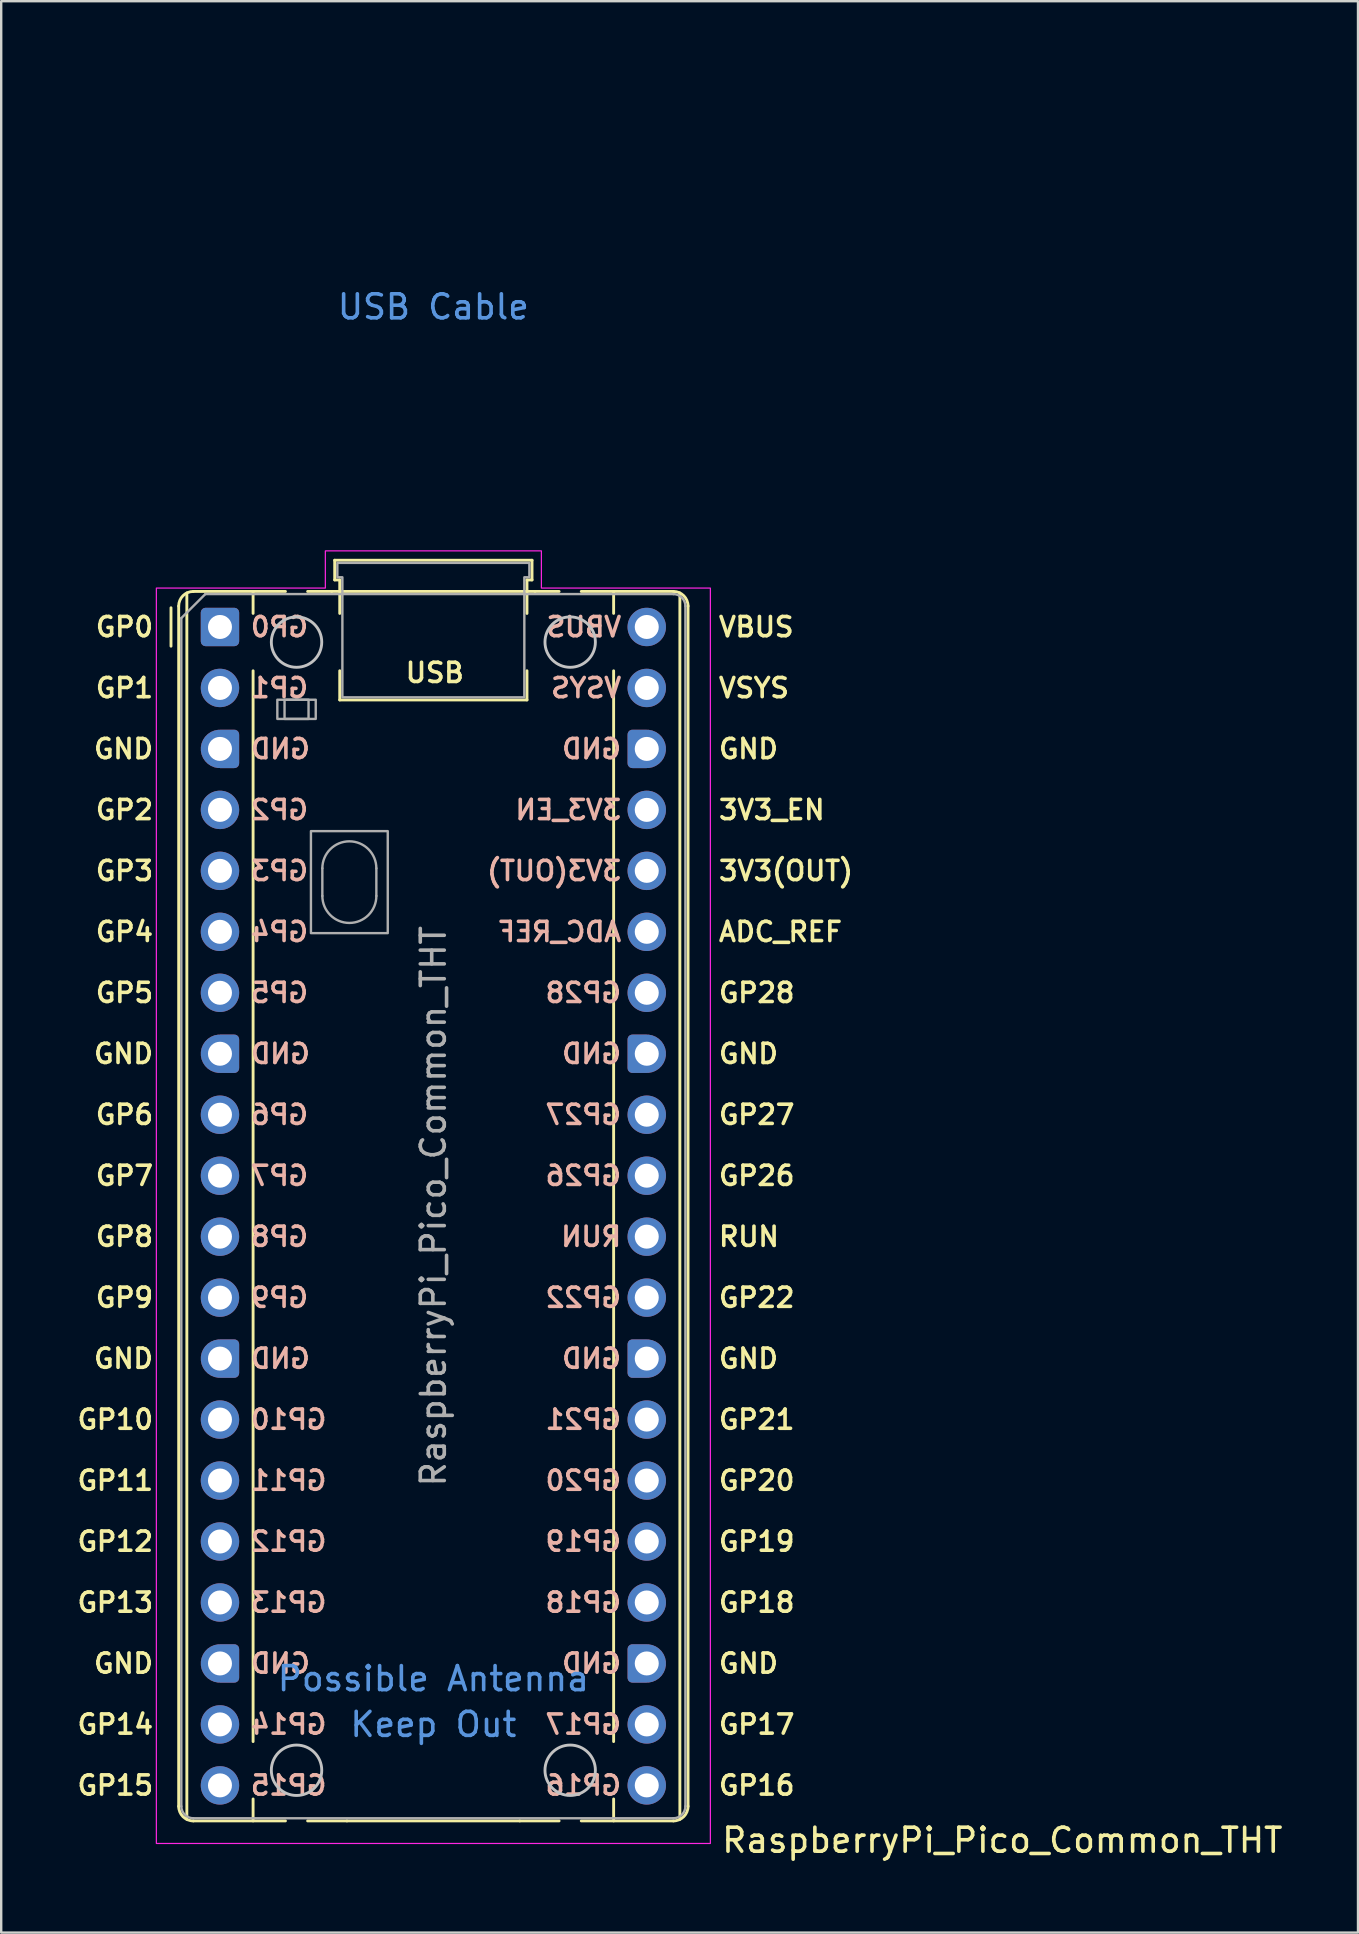
<source format=kicad_pcb>
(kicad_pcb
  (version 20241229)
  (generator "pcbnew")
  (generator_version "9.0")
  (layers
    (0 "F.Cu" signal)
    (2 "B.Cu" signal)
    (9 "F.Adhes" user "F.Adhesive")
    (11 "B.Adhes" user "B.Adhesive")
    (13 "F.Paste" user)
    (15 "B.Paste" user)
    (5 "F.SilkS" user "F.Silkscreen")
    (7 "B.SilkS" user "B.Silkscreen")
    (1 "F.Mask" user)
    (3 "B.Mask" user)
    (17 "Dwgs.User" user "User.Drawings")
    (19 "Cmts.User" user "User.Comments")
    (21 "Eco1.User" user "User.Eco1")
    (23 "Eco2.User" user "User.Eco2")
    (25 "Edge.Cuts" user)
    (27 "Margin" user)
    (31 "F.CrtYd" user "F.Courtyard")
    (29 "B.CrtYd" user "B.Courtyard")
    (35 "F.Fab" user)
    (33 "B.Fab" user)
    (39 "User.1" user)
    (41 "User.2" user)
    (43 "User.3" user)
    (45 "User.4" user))
  (footprint "RaspberryPi_Pico_Common_THT"
    (layer "F.Cu")
    (at 6.114 23.07)
    (property "Reference" "RaspberryPi_Pico_Common_THT" (at 20.828 50.546 0) (unlocked yes) (layer "F.SilkS") (effects (font (size 1 1) (thickness 0.15)) (justify left)))
    (attr through_hole)
    (fp_line (start -2.04 0.8) (end -2.04 -0.8) (stroke (width 0.12) (type solid)) (layer "F.SilkS"))
    (fp_line (start -1.72 -0.87) (end -1.72 49.13) (stroke (width 0.12) (type solid)) (layer "F.SilkS"))
    (fp_line (start -1.38 -1.417) (end -1.38 49.677) (stroke (width 0.12) (type solid)) (layer "F.SilkS"))
    (fp_line (start -1.11 -1.48) (end 1.38 -1.48) (stroke (width 0.12) (type solid)) (layer "F.SilkS"))
    (fp_line (start -1.11 49.74) (end 2.728 49.74) (stroke (width 0.12) (type solid)) (layer "F.SilkS"))
    (fp_line (start 1.38 -1.48) (end 1.38 -0.566) (stroke (width 0.12) (type solid)) (layer "F.SilkS"))
    (fp_line (start 1.38 -1.48) (end 2.728 -1.48) (stroke (width 0.12) (type solid)) (layer "F.SilkS"))
    (fp_line (start 1.38 1.826) (end 1.38 46.434) (stroke (width 0.12) (type solid)) (layer "F.SilkS"))
    (fp_line (start 1.38 48.826) (end 1.38 49.74) (stroke (width 0.12) (type solid)) (layer "F.SilkS"))
    (fp_line (start 3.652 -1.48) (end 4.655 -1.48) (stroke (width 0.12) (type solid)) (layer "F.SilkS"))
    (fp_line (start 4.655 -1.48) (end 13.125 -1.48) (stroke (width 0.12) (type solid)) (layer "F.SilkS"))
    (fp_line (start 4.78 -2.78) (end 4.78 -1.96) (stroke (width 0.12) (type solid)) (layer "F.SilkS"))
    (fp_line (start 4.78 -2.78) (end 13 -2.78) (stroke (width 0.12) (type solid)) (layer "F.SilkS"))
    (fp_line (start 4.78 -1.96) (end 4.99 -1.96) (stroke (width 0.12) (type solid)) (layer "F.SilkS"))
    (fp_line (start 4.99 -1.96) (end 4.99 -0.564) (stroke (width 0.12) (type solid)) (layer "F.SilkS"))
    (fp_line (start 4.99 1.824) (end 4.99 3.04) (stroke (width 0.12) (type solid)) (layer "F.SilkS"))
    (fp_line (start 5.29 49.74) (end 3.652 49.74) (stroke (width 0.12) (type solid)) (layer "F.SilkS"))
    (fp_line (start 12.49 49.74) (end 5.29 49.74) (stroke (width 0.12) (type solid)) (layer "F.SilkS"))
    (fp_line (start 12.79 -1.96) (end 12.79 -0.564) (stroke (width 0.12) (type solid)) (layer "F.SilkS"))
    (fp_line (start 12.79 1.824) (end 12.79 3.04) (stroke (width 0.12) (type solid)) (layer "F.SilkS"))
    (fp_line (start 12.79 3.04) (end 4.99 3.04) (stroke (width 0.12) (type solid)) (layer "F.SilkS"))
    (fp_line (start 13 -2.78) (end 13 -1.96) (stroke (width 0.12) (type solid)) (layer "F.SilkS"))
    (fp_line (start 13 -1.96) (end 12.79 -1.96) (stroke (width 0.12) (type solid)) (layer "F.SilkS"))
    (fp_line (start 13.125 -1.48) (end 14.128 -1.48) (stroke (width 0.12) (type solid)) (layer "F.SilkS"))
    (fp_line (start 14.128 49.74) (end 12.49 49.74) (stroke (width 0.12) (type solid)) (layer "F.SilkS"))
    (fp_line (start 15.052 -1.48) (end 16.4 -1.48) (stroke (width 0.12) (type solid)) (layer "F.SilkS"))
    (fp_line (start 15.052 49.74) (end 18.89 49.74) (stroke (width 0.12) (type solid)) (layer "F.SilkS"))
    (fp_line (start 16.4 -1.48) (end 16.4 -0.566) (stroke (width 0.12) (type solid)) (layer "F.SilkS"))
    (fp_line (start 16.4 1.826) (end 16.4 46.434) (stroke (width 0.12) (type solid)) (layer "F.SilkS"))
    (fp_line (start 16.4 48.826) (end 16.4 49.74) (stroke (width 0.12) (type solid)) (layer "F.SilkS"))
    (fp_line (start 18.89 -1.48) (end 16.4 -1.48) (stroke (width 0.12) (type solid)) (layer "F.SilkS"))
    (fp_line (start 19.16 49.677) (end 19.16 -1.417) (stroke (width 0.12) (type solid)) (layer "F.SilkS"))
    (fp_line (start 19.5 -0.87) (end 19.5 49.13) (stroke (width 0.12) (type solid)) (layer "F.SilkS"))
    (fp_arc (start -1.72 -0.87) (mid -1.541335 -1.301335) (end -1.11 -1.48) (stroke (width 0.12) (type solid)) (layer "F.SilkS"))
    (fp_arc (start -1.11 49.74) (mid -1.541364 49.561364) (end -1.72 49.13) (stroke (width 0.12) (type solid)) (layer "F.SilkS"))
    (fp_arc (start 18.89 -1.48) (mid 19.321335 -1.301335) (end 19.5 -0.87) (stroke (width 0.12) (type solid)) (layer "F.SilkS"))
    (fp_arc (start 19.5 49.13) (mid 19.321335 49.561335) (end 18.89 49.74) (stroke (width 0.12) (type solid)) (layer "F.SilkS"))
    (fp_circle (center 3.19 0.63) (end 4.24 0.63) (stroke (width 0.12) (type solid)) (fill no) (layer "Dwgs.User"))
    (fp_circle (center 3.19 47.63) (end 4.24 47.63) (stroke (width 0.12) (type solid)) (fill no) (layer "Dwgs.User"))
    (fp_circle (center 14.59 0.63) (end 15.64 0.63) (stroke (width 0.12) (type solid)) (fill no) (layer "Dwgs.User"))
    (fp_circle (center 14.59 47.63) (end 15.64 47.63) (stroke (width 0.12) (type solid)) (fill no) (layer "Dwgs.User"))
    (fp_poly (pts (xy 4.39 -3.17) (xy 13.39 -3.17) (xy 13.39 -1.62) (xy 20.43 -1.62) (xy 20.43 50.68) (xy -2.65 50.68) (xy -2.65 -1.62) (xy 4.39 -1.62)) (stroke (width 0.05) (type solid)) (fill no) (layer "F.CrtYd"))
    (fp_line (start -1.61 -0.37) (end -0.61 -1.37) (stroke (width 0.1) (type solid)) (layer "F.Fab"))
    (fp_line (start -1.61 49.13) (end -1.61 -0.37) (stroke (width 0.1) (type solid)) (layer "F.Fab"))
    (fp_line (start -0.61 -1.37) (end 18.89 -1.37) (stroke (width 0.1) (type solid)) (layer "F.Fab"))
    (fp_line (start 4.265 10.055) (end 4.265 11.205) (stroke (width 0.1) (type solid)) (layer "F.Fab"))
    (fp_line (start 6.515 10.055) (end 6.515 11.205) (stroke (width 0.1) (type solid)) (layer "F.Fab"))
    (fp_line (start 18.89 49.63) (end -1.11 49.63) (stroke (width 0.1) (type solid)) (layer "F.Fab"))
    (fp_line (start 19.39 -0.87) (end 19.39 49.13) (stroke (width 0.1) (type solid)) (layer "F.Fab"))
    (fp_rect (start 2.39 3.03) (end 3.99 3.83) (stroke (width 0.1) (type solid)) (fill no) (layer "F.Fab"))
    (fp_rect (start 2.69 3.03) (end 3.69 3.83) (stroke (width 0.1) (type solid)) (fill no) (layer "F.Fab"))
    (fp_rect (start 3.79 8.505) (end 6.99 12.755) (stroke (width 0.1) (type solid)) (fill no) (layer "F.Fab"))
    (fp_arc (start -1.11 49.63) (mid -1.463553 49.483553) (end -1.61 49.13) (stroke (width 0.1) (type solid)) (layer "F.Fab"))
    (fp_arc (start 4.265 10.055) (mid 5.39 8.93) (end 6.515 10.055) (stroke (width 0.1) (type solid)) (layer "F.Fab"))
    (fp_arc (start 6.515 11.205) (mid 5.39 12.33) (end 4.265 11.205) (stroke (width 0.1) (type solid)) (layer "F.Fab"))
    (fp_arc (start 18.89 -1.37) (mid 19.243553 -1.223553) (end 19.39 -0.87) (stroke (width 0.1) (type solid)) (layer "F.Fab"))
    (fp_arc (start 19.39 49.13) (mid 19.243553 49.483553) (end 18.89 49.63) (stroke (width 0.1) (type solid)) (layer "F.Fab"))
    (fp_poly (pts (xy 12.68 2.93) (xy 12.68 -2.07) (xy 12.89 -2.07) (xy 12.89 -2.67) (xy 4.89 -2.67) (xy 4.89 -2.07) (xy 5.1 -2.07) (xy 5.1 2.93)) (stroke (width 0.1) (type solid)) (fill no) (layer "F.Fab"))
    (fp_text user "USB" (at 7.65 2.375 0) (unlocked yes) (layer "F.SilkS") (effects (font (size 0.8 0.8) (thickness 0.15) (bold yes)) (justify left bottom)))
    (fp_text user "GP18" (at 20.7 40.64 0) (unlocked yes) (layer "F.SilkS") (effects (font (size 0.8 0.8) (thickness 0.15)) (justify left)))
    (fp_text user "3V3(OUT)" (at 20.7 10.16 0) (unlocked yes) (layer "F.SilkS") (effects (font (size 0.8 0.8) (thickness 0.15)) (justify left)))
    (fp_text user "GP7" (at -2.7 22.86 0) (unlocked yes) (layer "F.SilkS") (effects (font (size 0.8 0.8) (thickness 0.15)) (justify right)))
    (fp_text user "GND" (at 20.7 43.18 0) (unlocked yes) (layer "F.SilkS") (effects (font (size 0.8 0.8) (thickness 0.15)) (justify left)))
    (fp_text user "GP12" (at -2.7 38.1 0) (unlocked yes) (layer "F.SilkS") (effects (font (size 0.8 0.8) (thickness 0.15)) (justify right)))
    (fp_text user "GND" (at -2.7 30.48 0) (unlocked yes) (layer "F.SilkS") (effects (font (size 0.8 0.8) (thickness 0.15)) (justify right)))
    (fp_text user "GND" (at -2.7 17.78 0) (unlocked yes) (layer "F.SilkS") (effects (font (size 0.8 0.8) (thickness 0.15)) (justify right)))
    (fp_text user "GP26" (at 20.7 22.86 0) (unlocked yes) (layer "F.SilkS") (effects (font (size 0.8 0.8) (thickness 0.15)) (justify left)))
    (fp_text user "GP27" (at 20.7 20.32 0) (unlocked yes) (layer "F.SilkS") (effects (font (size 0.8 0.8) (thickness 0.15)) (justify left)))
    (fp_text user "GP10" (at -2.7 33.02 0) (unlocked yes) (layer "F.SilkS") (effects (font (size 0.8 0.8) (thickness 0.15)) (justify right)))
    (fp_text user "GP15" (at -2.7 48.26 0) (unlocked yes) (layer "F.SilkS") (effects (font (size 0.8 0.8) (thickness 0.15)) (justify right)))
    (fp_text user "GP28" (at 20.7 15.24 0) (unlocked yes) (layer "F.SilkS") (effects (font (size 0.8 0.8) (thickness 0.15)) (justify left)))
    (fp_text user "GP22" (at 20.7 27.94 0) (unlocked yes) (layer "F.SilkS") (effects (font (size 0.8 0.8) (thickness 0.15)) (justify left)))
    (fp_text user "GND" (at 20.7 5.08 0) (unlocked yes) (layer "F.SilkS") (effects (font (size 0.8 0.8) (thickness 0.15)) (justify left)))
    (fp_text user "VBUS" (at 20.7 0 0) (unlocked yes) (layer "F.SilkS") (effects (font (size 0.8 0.8) (thickness 0.15)) (justify left)))
    (fp_text user "GP4" (at -2.7 12.7 0) (unlocked yes) (layer "F.SilkS") (effects (font (size 0.8 0.8) (thickness 0.15)) (justify right)))
    (fp_text user "GP6" (at -2.7 20.32 0) (unlocked yes) (layer "F.SilkS") (effects (font (size 0.8 0.8) (thickness 0.15)) (justify right)))
    (fp_text user "RUN" (at 20.7 25.4 0) (unlocked yes) (layer "F.SilkS") (effects (font (size 0.8 0.8) (thickness 0.15)) (justify left)))
    (fp_text user "GP5" (at -2.7 15.24 0) (unlocked yes) (layer "F.SilkS") (effects (font (size 0.8 0.8) (thickness 0.15)) (justify right)))
    (fp_text user "GP21" (at 20.7 33.02 0) (unlocked yes) (layer "F.SilkS") (effects (font (size 0.8 0.8) (thickness 0.15)) (justify left)))
    (fp_text user "GP1" (at -2.7 2.54 0) (unlocked yes) (layer "F.SilkS") (effects (font (size 0.8 0.8) (thickness 0.15)) (justify right)))
    (fp_text user "GP20" (at 20.7 35.56 0) (unlocked yes) (layer "F.SilkS") (effects (font (size 0.8 0.8) (thickness 0.15)) (justify left)))
    (fp_text user "GND" (at -2.7 43.18 0) (unlocked yes) (layer "F.SilkS") (effects (font (size 0.8 0.8) (thickness 0.15)) (justify right)))
    (fp_text user "GP17" (at 20.7 45.72 0) (unlocked yes) (layer "F.SilkS") (effects (font (size 0.8 0.8) (thickness 0.15)) (justify left)))
    (fp_text user "3V3_EN" (at 20.7 7.62 0) (unlocked yes) (layer "F.SilkS") (effects (font (size 0.8 0.8) (thickness 0.15)) (justify left)))
    (fp_text user "GP13" (at -2.7 40.64 0) (unlocked yes) (layer "F.SilkS") (effects (font (size 0.8 0.8) (thickness 0.15)) (justify right)))
    (fp_text user "GND" (at 20.7 17.78 0) (unlocked yes) (layer "F.SilkS") (effects (font (size 0.8 0.8) (thickness 0.15)) (justify left)))
    (fp_text user "GP11" (at -2.7 35.56 0) (unlocked yes) (layer "F.SilkS") (effects (font (size 0.8 0.8) (thickness 0.15)) (justify right)))
    (fp_text user "GP8" (at -2.7 25.4 0) (unlocked yes) (layer "F.SilkS") (effects (font (size 0.8 0.8) (thickness 0.15)) (justify right)))
    (fp_text user "GND" (at 20.7 30.48 0) (unlocked yes) (layer "F.SilkS") (effects (font (size 0.8 0.8) (thickness 0.15)) (justify left)))
    (fp_text user "VSYS" (at 20.7 2.54 0) (unlocked yes) (layer "F.SilkS") (effects (font (size 0.8 0.8) (thickness 0.15)) (justify left)))
    (fp_text user "ADC_REF" (at 20.7 12.7 0) (unlocked yes) (layer "F.SilkS") (effects (font (size 0.8 0.8) (thickness 0.15)) (justify left)))
    (fp_text user "GND" (at -2.7 5.08 0) (unlocked yes) (layer "F.SilkS") (effects (font (size 0.8 0.8) (thickness 0.15)) (justify right)))
    (fp_text user "GP19" (at 20.7 38.1 0) (unlocked yes) (layer "F.SilkS") (effects (font (size 0.8 0.8) (thickness 0.15)) (justify left)))
    (fp_text user "GP9" (at -2.7 27.94 0) (unlocked yes) (layer "F.SilkS") (effects (font (size 0.8 0.8) (thickness 0.15)) (justify right)))
    (fp_text user "GP3" (at -2.7 10.16 0) (unlocked yes) (layer "F.SilkS") (effects (font (size 0.8 0.8) (thickness 0.15)) (justify right)))
    (fp_text user "GP0" (at -2.7 0 0) (unlocked yes) (layer "F.SilkS") (effects (font (size 0.8 0.8) (thickness 0.15)) (justify right)))
    (fp_text user "GP2" (at -2.7 7.62 0) (unlocked yes) (layer "F.SilkS") (effects (font (size 0.8 0.8) (thickness 0.15)) (justify right)))
    (fp_text user "GP16" (at 20.7 48.26 0) (unlocked yes) (layer "F.SilkS") (effects (font (size 0.8 0.8) (thickness 0.15)) (justify left)))
    (fp_text user "GP14" (at -2.7 45.72 0) (unlocked yes) (layer "F.SilkS") (effects (font (size 0.8 0.8) (thickness 0.15)) (justify right)))
    (fp_text user "GP2" (at 1.2 7.62 0) (unlocked yes) (layer "B.SilkS") (effects (font (size 0.8 0.8) (thickness 0.15)) (justify right mirror)))
    (fp_text user "GP8" (at 1.2 25.4 0) (unlocked yes) (layer "B.SilkS") (effects (font (size 0.8 0.8) (thickness 0.15)) (justify right mirror)))
    (fp_text user "GND" (at 16.8 17.78 0) (unlocked yes) (layer "B.SilkS") (effects (font (size 0.8 0.8) (thickness 0.15)) (justify left mirror)))
    (fp_text user "GP4" (at 1.2 12.7 0) (unlocked yes) (layer "B.SilkS") (effects (font (size 0.8 0.8) (thickness 0.15)) (justify right mirror)))
    (fp_text user "GP14" (at 1.2 45.72 0) (unlocked yes) (layer "B.SilkS") (effects (font (size 0.8 0.8) (thickness 0.15)) (justify right mirror)))
    (fp_text user "GP28" (at 16.8 15.24 0) (unlocked yes) (layer "B.SilkS") (effects (font (size 0.8 0.8) (thickness 0.15)) (justify left mirror)))
    (fp_text user "GND" (at 16.8 5.08 0) (unlocked yes) (layer "B.SilkS") (effects (font (size 0.8 0.8) (thickness 0.15)) (justify left mirror)))
    (fp_text user "GP18" (at 16.8 40.64 0) (unlocked yes) (layer "B.SilkS") (effects (font (size 0.8 0.8) (thickness 0.15)) (justify left mirror)))
    (fp_text user "GP15" (at 1.2 48.26 0) (unlocked yes) (layer "B.SilkS") (effects (font (size 0.8 0.8) (thickness 0.15)) (justify right mirror)))
    (fp_text user "GP0" (at 1.2 0 0) (unlocked yes) (layer "B.SilkS") (effects (font (size 0.8 0.8) (thickness 0.15)) (justify right mirror)))
    (fp_text user "GP22" (at 16.8 27.94 0) (unlocked yes) (layer "B.SilkS") (effects (font (size 0.8 0.8) (thickness 0.15)) (justify left mirror)))
    (fp_text user "GP21" (at 16.8 33.02 0) (unlocked yes) (layer "B.SilkS") (effects (font (size 0.8 0.8) (thickness 0.15)) (justify left mirror)))
    (fp_text user "GP17" (at 16.8 45.72 0) (unlocked yes) (layer "B.SilkS") (effects (font (size 0.8 0.8) (thickness 0.15)) (justify left mirror)))
    (fp_text user "GP12" (at 1.2 38.1 0) (unlocked yes) (layer "B.SilkS") (effects (font (size 0.8 0.8) (thickness 0.15)) (justify right mirror)))
    (fp_text user "GP5" (at 1.2 15.24 0) (unlocked yes) (layer "B.SilkS") (effects (font (size 0.8 0.8) (thickness 0.15)) (justify right mirror)))
    (fp_text user "GP9" (at 1.2 27.94 0) (unlocked yes) (layer "B.SilkS") (effects (font (size 0.8 0.8) (thickness 0.15)) (justify right mirror)))
    (fp_text user "GND" (at 1.2 17.78 0) (unlocked yes) (layer "B.SilkS") (effects (font (size 0.8 0.8) (thickness 0.15)) (justify right mirror)))
    (fp_text user "3V3(OUT)" (at 16.8 10.16 0) (unlocked yes) (layer "B.SilkS") (effects (font (size 0.8 0.8) (thickness 0.15)) (justify left mirror)))
    (fp_text user "GP13" (at 1.2 40.64 0) (unlocked yes) (layer "B.SilkS") (effects (font (size 0.8 0.8) (thickness 0.15)) (justify right mirror)))
    (fp_text user "GND" (at 1.2 30.48 0) (unlocked yes) (layer "B.SilkS") (effects (font (size 0.8 0.8) (thickness 0.15)) (justify right mirror)))
    (fp_text user "GP1" (at 1.2 2.54 0) (unlocked yes) (layer "B.SilkS") (effects (font (size 0.8 0.8) (thickness 0.15)) (justify right mirror)))
    (fp_text user "VBUS" (at 16.8 0 0) (unlocked yes) (layer "B.SilkS") (effects (font (size 0.8 0.8) (thickness 0.15)) (justify left mirror)))
    (fp_text user "RUN" (at 16.8 25.4 0) (unlocked yes) (layer "B.SilkS") (effects (font (size 0.8 0.8) (thickness 0.15)) (justify left mirror)))
    (fp_text user "GP10" (at 1.2 33.02 0) (unlocked yes) (layer "B.SilkS") (effects (font (size 0.8 0.8) (thickness 0.15)) (justify right mirror)))
    (fp_text user "GP27" (at 16.8 20.32 0) (unlocked yes) (layer "B.SilkS") (effects (font (size 0.8 0.8) (thickness 0.15)) (justify left mirror)))
    (fp_text user "GP11" (at 1.2 35.56 0) (unlocked yes) (layer "B.SilkS") (effects (font (size 0.8 0.8) (thickness 0.15)) (justify right mirror)))
    (fp_text user "GND" (at 1.2 5.08 0) (unlocked yes) (layer "B.SilkS") (effects (font (size 0.8 0.8) (thickness 0.15)) (justify right mirror)))
    (fp_text user "3V3_EN" (at 16.8 7.62 0) (unlocked yes) (layer "B.SilkS") (effects (font (size 0.8 0.8) (thickness 0.15)) (justify left mirror)))
    (fp_text user "GP7" (at 1.2 22.86 0) (unlocked yes) (layer "B.SilkS") (effects (font (size 0.8 0.8) (thickness 0.15)) (justify right mirror)))
    (fp_text user "GP16" (at 16.8 48.26 0) (unlocked yes) (layer "B.SilkS") (effects (font (size 0.8 0.8) (thickness 0.15)) (justify left mirror)))
    (fp_text user "GP6" (at 1.2 20.32 0) (unlocked yes) (layer "B.SilkS") (effects (font (size 0.8 0.8) (thickness 0.15)) (justify right mirror)))
    (fp_text user "GND" (at 16.8 43.18 0) (unlocked yes) (layer "B.SilkS") (effects (font (size 0.8 0.8) (thickness 0.15)) (justify left mirror)))
    (fp_text user "GP19" (at 16.8 38.1 0) (unlocked yes) (layer "B.SilkS") (effects (font (size 0.8 0.8) (thickness 0.15)) (justify left mirror)))
    (fp_text user "GP3" (at 1.2 10.16 0) (unlocked yes) (layer "B.SilkS") (effects (font (size 0.8 0.8) (thickness 0.15)) (justify right mirror)))
    (fp_text user "GP20" (at 16.8 35.56 0) (unlocked yes) (layer "B.SilkS") (effects (font (size 0.8 0.8) (thickness 0.15)) (justify left mirror)))
    (fp_text user "ADC_REF" (at 16.8 12.7 0) (unlocked yes) (layer "B.SilkS") (effects (font (size 0.8 0.8) (thickness 0.15)) (justify left mirror)))
    (fp_text user "GP26" (at 16.8 22.86 0) (unlocked yes) (layer "B.SilkS") (effects (font (size 0.8 0.8) (thickness 0.15)) (justify left mirror)))
    (fp_text user "GND" (at 16.8 30.48 0) (unlocked yes) (layer "B.SilkS") (effects (font (size 0.8 0.8) (thickness 0.15)) (justify left mirror)))
    (fp_text user "VSYS" (at 16.8 2.54 0) (unlocked yes) (layer "B.SilkS") (effects (font (size 0.8 0.8) (thickness 0.15)) (justify left mirror)))
    (fp_text user "GND" (at 1.2 43.18 0) (unlocked yes) (layer "B.SilkS") (effects (font (size 0.8 0.8) (thickness 0.15)) (justify right mirror)))
    (fp_text user "USB Cable" (at 8.89 -13.335 0) (unlocked yes) (layer "Cmts.User") (effects (font (size 1 1) (thickness 0.15))))
    (fp_text user "Possible Antenna" (at 8.89 43.815 0) (unlocked yes) (layer "Cmts.User") (effects (font (size 1 1) (thickness 0.15))))
    (fp_text user "Keep Out" (at 8.89 45.72 0) (unlocked yes) (layer "Cmts.User") (effects (font (size 1 1) (thickness 0.15))))
    (fp_text user "${REFERENCE}" (at 8.89 24.13 90) (layer "F.Fab") (effects (font (size 1 1) (thickness 0.15))))
    (pad "1" thru_hole roundrect (at 0 0) (size 1.6 1.6) (drill 1) (layers "*.Cu" "*.Mask") (roundrect_rratio 0.125))
    (pad "2" thru_hole circle (at 0 2.54) (size 1.6 1.6) (drill 1) (layers "*.Cu" "*.Mask"))
    (pad "3" thru_hole custom (at 0 5.08) (size 1.6 1.6) (drill 1) (layers "*.Cu" "*.Mask") (options (anchor circle)) (primitives (gr_poly (pts (xy 0.8 0.6) (xy 0.8 -0.6) (xy 0.6 -0.8) (xy 0 -0.8) (xy 0 0.8) (xy 0.6 0.8)) (width 0) (fill yes)) (gr_circle (center 0.6 0.6) (end 0.8 0.6) (width 0) (fill yes)) (gr_circle (center 0.6 -0.6) (end 0.8 -0.6) (width 0) (fill yes))))
    (pad "4" thru_hole circle (at 0 7.62) (size 1.6 1.6) (drill 1) (layers "*.Cu" "*.Mask"))
    (pad "5" thru_hole circle (at 0 10.16) (size 1.6 1.6) (drill 1) (layers "*.Cu" "*.Mask"))
    (pad "6" thru_hole circle (at 0 12.7) (size 1.6 1.6) (drill 1) (layers "*.Cu" "*.Mask"))
    (pad "7" thru_hole circle (at 0 15.24) (size 1.6 1.6) (drill 1) (layers "*.Cu" "*.Mask"))
    (pad "8" thru_hole custom (at 0 17.78) (size 1.6 1.6) (drill 1) (layers "*.Cu" "*.Mask") (options (anchor circle)) (primitives (gr_poly (pts (xy 0.8 0.6) (xy 0.8 -0.6) (xy 0.6 -0.8) (xy 0 -0.8) (xy 0 0.8) (xy 0.6 0.8)) (width 0) (fill yes)) (gr_circle (center 0.6 0.6) (end 0.8 0.6) (width 0) (fill yes)) (gr_circle (center 0.6 -0.6) (end 0.8 -0.6) (width 0) (fill yes))))
    (pad "9" thru_hole circle (at 0 20.32) (size 1.6 1.6) (drill 1) (layers "*.Cu" "*.Mask"))
    (pad "10" thru_hole circle (at 0 22.86) (size 1.6 1.6) (drill 1) (layers "*.Cu" "*.Mask"))
    (pad "11" thru_hole circle (at 0 25.4) (size 1.6 1.6) (drill 1) (layers "*.Cu" "*.Mask"))
    (pad "12" thru_hole circle (at 0 27.94) (size 1.6 1.6) (drill 1) (layers "*.Cu" "*.Mask"))
    (pad "13" thru_hole custom (at 0 30.48) (size 1.6 1.6) (drill 1) (layers "*.Cu" "*.Mask") (options (anchor circle)) (primitives (gr_poly (pts (xy 0.8 0.6) (xy 0.8 -0.6) (xy 0.6 -0.8) (xy 0 -0.8) (xy 0 0.8) (xy 0.6 0.8)) (width 0) (fill yes)) (gr_circle (center 0.6 0.6) (end 0.8 0.6) (width 0) (fill yes)) (gr_circle (center 0.6 -0.6) (end 0.8 -0.6) (width 0) (fill yes))))
    (pad "14" thru_hole circle (at 0 33.02) (size 1.6 1.6) (drill 1) (layers "*.Cu" "*.Mask"))
    (pad "15" thru_hole circle (at 0 35.56) (size 1.6 1.6) (drill 1) (layers "*.Cu" "*.Mask"))
    (pad "16" thru_hole circle (at 0 38.1) (size 1.6 1.6) (drill 1) (layers "*.Cu" "*.Mask"))
    (pad "17" thru_hole circle (at 0 40.64) (size 1.6 1.6) (drill 1) (layers "*.Cu" "*.Mask"))
    (pad "18" thru_hole custom (at 0 43.18) (size 1.6 1.6) (drill 1) (layers "*.Cu" "*.Mask") (options (anchor circle)) (primitives (gr_poly (pts (xy 0.8 0.6) (xy 0.8 -0.6) (xy 0.6 -0.8) (xy 0 -0.8) (xy 0 0.8) (xy 0.6 0.8)) (width 0) (fill yes)) (gr_circle (center 0.6 0.6) (end 0.8 0.6) (width 0) (fill yes)) (gr_circle (center 0.6 -0.6) (end 0.8 -0.6) (width 0) (fill yes))))
    (pad "19" thru_hole circle (at 0 45.72) (size 1.6 1.6) (drill 1) (layers "*.Cu" "*.Mask"))
    (pad "20" thru_hole circle (at 0 48.26) (size 1.6 1.6) (drill 1) (layers "*.Cu" "*.Mask"))
    (pad "21" thru_hole circle (at 17.78 48.26) (size 1.6 1.6) (drill 1) (layers "*.Cu" "*.Mask"))
    (pad "22" thru_hole circle (at 17.78 45.72) (size 1.6 1.6) (drill 1) (layers "*.Cu" "*.Mask"))
    (pad "23" thru_hole custom (at 17.78 43.18) (size 1.6 1.6) (drill 1) (layers "*.Cu" "*.Mask") (options (anchor circle)) (primitives (gr_poly (pts (xy -0.8 0.6) (xy -0.8 -0.6) (xy -0.6 -0.8) (xy 0 -0.8) (xy 0 0.8) (xy -0.6 0.8)) (width 0) (fill yes)) (gr_circle (center -0.6 0.6) (end -0.4 0.6) (width 0) (fill yes)) (gr_circle (center -0.6 -0.6) (end -0.4 -0.6) (width 0) (fill yes))))
    (pad "24" thru_hole circle (at 17.78 40.64) (size 1.6 1.6) (drill 1) (layers "*.Cu" "*.Mask"))
    (pad "25" thru_hole circle (at 17.78 38.1) (size 1.6 1.6) (drill 1) (layers "*.Cu" "*.Mask"))
    (pad "26" thru_hole circle (at 17.78 35.56) (size 1.6 1.6) (drill 1) (layers "*.Cu" "*.Mask"))
    (pad "27" thru_hole circle (at 17.78 33.02) (size 1.6 1.6) (drill 1) (layers "*.Cu" "*.Mask"))
    (pad "28" thru_hole custom (at 17.78 30.48) (size 1.6 1.6) (drill 1) (layers "*.Cu" "*.Mask") (options (anchor circle)) (primitives (gr_poly (pts (xy -0.8 0.6) (xy -0.8 -0.6) (xy -0.6 -0.8) (xy 0 -0.8) (xy 0 0.8) (xy -0.6 0.8)) (width 0) (fill yes)) (gr_circle (center -0.6 0.6) (end -0.4 0.6) (width 0) (fill yes)) (gr_circle (center -0.6 -0.6) (end -0.4 -0.6) (width 0) (fill yes))))
    (pad "29" thru_hole circle (at 17.78 27.94) (size 1.6 1.6) (drill 1) (layers "*.Cu" "*.Mask"))
    (pad "30" thru_hole circle (at 17.78 25.4) (size 1.6 1.6) (drill 1) (layers "*.Cu" "*.Mask"))
    (pad "31" thru_hole circle (at 17.78 22.86) (size 1.6 1.6) (drill 1) (layers "*.Cu" "*.Mask"))
    (pad "32" thru_hole circle (at 17.78 20.32) (size 1.6 1.6) (drill 1) (layers "*.Cu" "*.Mask"))
    (pad "33" thru_hole custom (at 17.78 17.78) (size 1.6 1.6) (drill 1) (layers "*.Cu" "*.Mask") (options (anchor circle)) (primitives (gr_poly (pts (xy -0.8 0.6) (xy -0.8 -0.6) (xy -0.6 -0.8) (xy 0 -0.8) (xy 0 0.8) (xy -0.6 0.8)) (width 0) (fill yes)) (gr_circle (center -0.6 0.6) (end -0.4 0.6) (width 0) (fill yes)) (gr_circle (center -0.6 -0.6) (end -0.4 -0.6) (width 0) (fill yes))))
    (pad "34" thru_hole circle (at 17.78 15.24) (size 1.6 1.6) (drill 1) (layers "*.Cu" "*.Mask"))
    (pad "35" thru_hole circle (at 17.78 12.7) (size 1.6 1.6) (drill 1) (layers "*.Cu" "*.Mask"))
    (pad "36" thru_hole circle (at 17.78 10.16) (size 1.6 1.6) (drill 1) (layers "*.Cu" "*.Mask"))
    (pad "37" thru_hole circle (at 17.78 7.62) (size 1.6 1.6) (drill 1) (layers "*.Cu" "*.Mask"))
    (pad "38" thru_hole custom (at 17.78 5.08) (size 1.6 1.6) (drill 1) (layers "*.Cu" "*.Mask") (options (anchor circle)) (primitives (gr_poly (pts (xy -0.8 0.6) (xy -0.8 -0.6) (xy -0.6 -0.8) (xy 0 -0.8) (xy 0 0.8) (xy -0.6 0.8)) (width 0) (fill yes)) (gr_circle (center -0.6 0.6) (end -0.4 0.6) (width 0) (fill yes)) (gr_circle (center -0.6 -0.6) (end -0.4 -0.6) (width 0) (fill yes))))
    (pad "39" thru_hole circle (at 17.78 2.54) (size 1.6 1.6) (drill 1) (layers "*.Cu" "*.Mask"))
    (pad "40" thru_hole circle (at 17.78 0) (size 1.6 1.6) (drill 1) (layers "*.Cu" "*.Mask"))
    (zone (net_name "") (layers "F.Cu" "B.Cu" "F.Paste" "B.Paste") (name "Antenna Copper Keep Out") (hatch full 0.5) (connect_pads) (min_thickness 0.254) (filled_areas_thickness no) (keepout (tracks not_allowed) (vias not_allowed) (pads not_allowed) (copperpour not_allowed) (footprints allowed)) (placement (enabled no)) (fill) (polygon (pts (xy 12.604 72.19) (xy 7.904 68.54) (xy 7.904 64.2) (xy 22.104 64.2) (xy 22.104 68.54) (xy 17.404 72.19) (xy 17.404 73.2) (xy 12.604 73.2))))
    (zone (net_name "") (layer "F.CrtYd") (name "USB Cable") (hatch edge 0.5) (connect_pads) (min_thickness 0.254) (filled_areas_thickness no) (keepout (tracks allowed) (vias allowed) (pads allowed) (copperpour allowed) (footprints allowed)) (placement (enabled no)) (fill) (polygon (pts (xy 9.254 19.5) (xy 11.064 19.5) (xy 11.064 19.9) (xy 18.944 19.9) (xy 18.944 19.5) (xy 20.754 19.5) (xy 20.754 0) (xy 9.254 0)))))
  (gr_rect
    (start -3 -3)
    (end 53.525 77.464)
    (stroke (width 0.1) (type default))
    (fill no)
    (layer "Edge.Cuts")))
</source>
